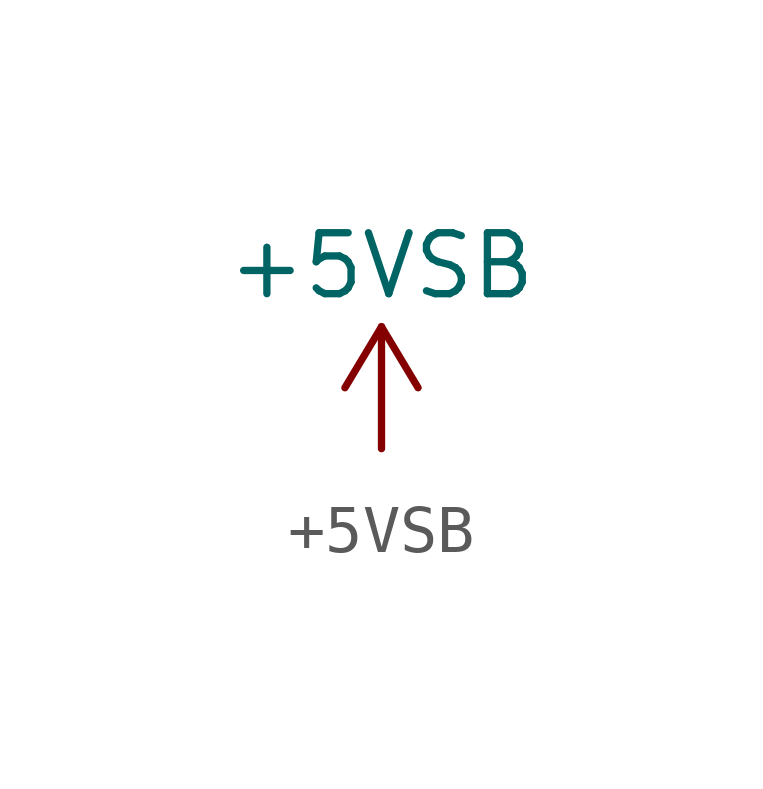
<source format=kicad_sym>
(kicad_symbol_lib
  (version 20211014)
  (generator kicad_symbol_editor)
  (symbol "+5VSB"
    (power)
    (pin_names
      (offset 0))
    (property "Reference" "#PWR"
      (at 0 -2.54 0)
      (effects (font (size 1.27 1.27)) hide))
    (property "Value" "+5VSB"
      (at 0 3.81 0)
      (effects (font (size 1.27 1.27))))
    (symbol "+5VSB_1_1"
      (polyline (pts (xy -0.762 1.27) (xy 0 2.54)) (stroke (width 0) (type default) (color 0 0 0 0)) (fill (type none)))
      (polyline (pts (xy 0 0) (xy 0 2.54)) (stroke (width 0) (type default) (color 0 0 0 0)) (fill (type none)))
      (polyline (pts (xy 0 2.54) (xy 0.762 1.27)) (stroke (width 0) (type default) (color 0 0 0 0)) (fill (type none)))
      (pin power_in line (at 0 0 90) (length 0) hide (name "+5VSB" (effects (font (size 1.27 1.27)))) (number "1" (effects (font (size 1.27 1.27))))))))
</source>
